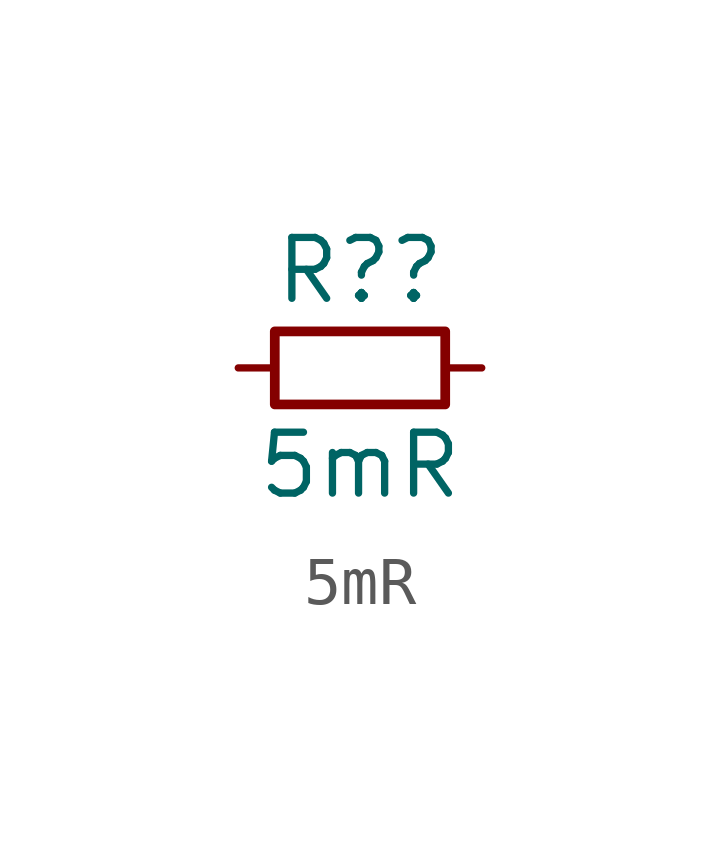
<source format=kicad_sym>
(kicad_symbol_lib
  (version 20241209)
  (generator "kicad_symbol_editor")
  (generator_version "9.0")
  (symbol "5mR"
    (pin_numbers
      (hide yes))
    (pin_names
      (hide yes))
    (property "Reference" "R?"
      (at 0 2.032 0)
      (effects (font (size 1.27 1.27))))
    (property "Value" "5mR"
      (at 0 -2.032 0)
      (effects (font (size 1.27 1.27))))
    (symbol "5mR_0_1"
      (rectangle (start -1.778 0.762) (end 1.778 -0.762) (stroke (width 0.203) (type default)) (fill (type none))))
    (symbol "5mR_1_1"
      (pin passive line (at -2.54 0 0) (length 0.762) (name "~" (effects (font (size 1.27 1.27)))) (number "2" (effects (font (size 1.27 1.27)))))
      (pin passive line (at 2.54 0 180) (length 0.762) (name "~" (effects (font (size 1.27 1.27)))) (number "1" (effects (font (size 1.27 1.27))))))))
</source>
